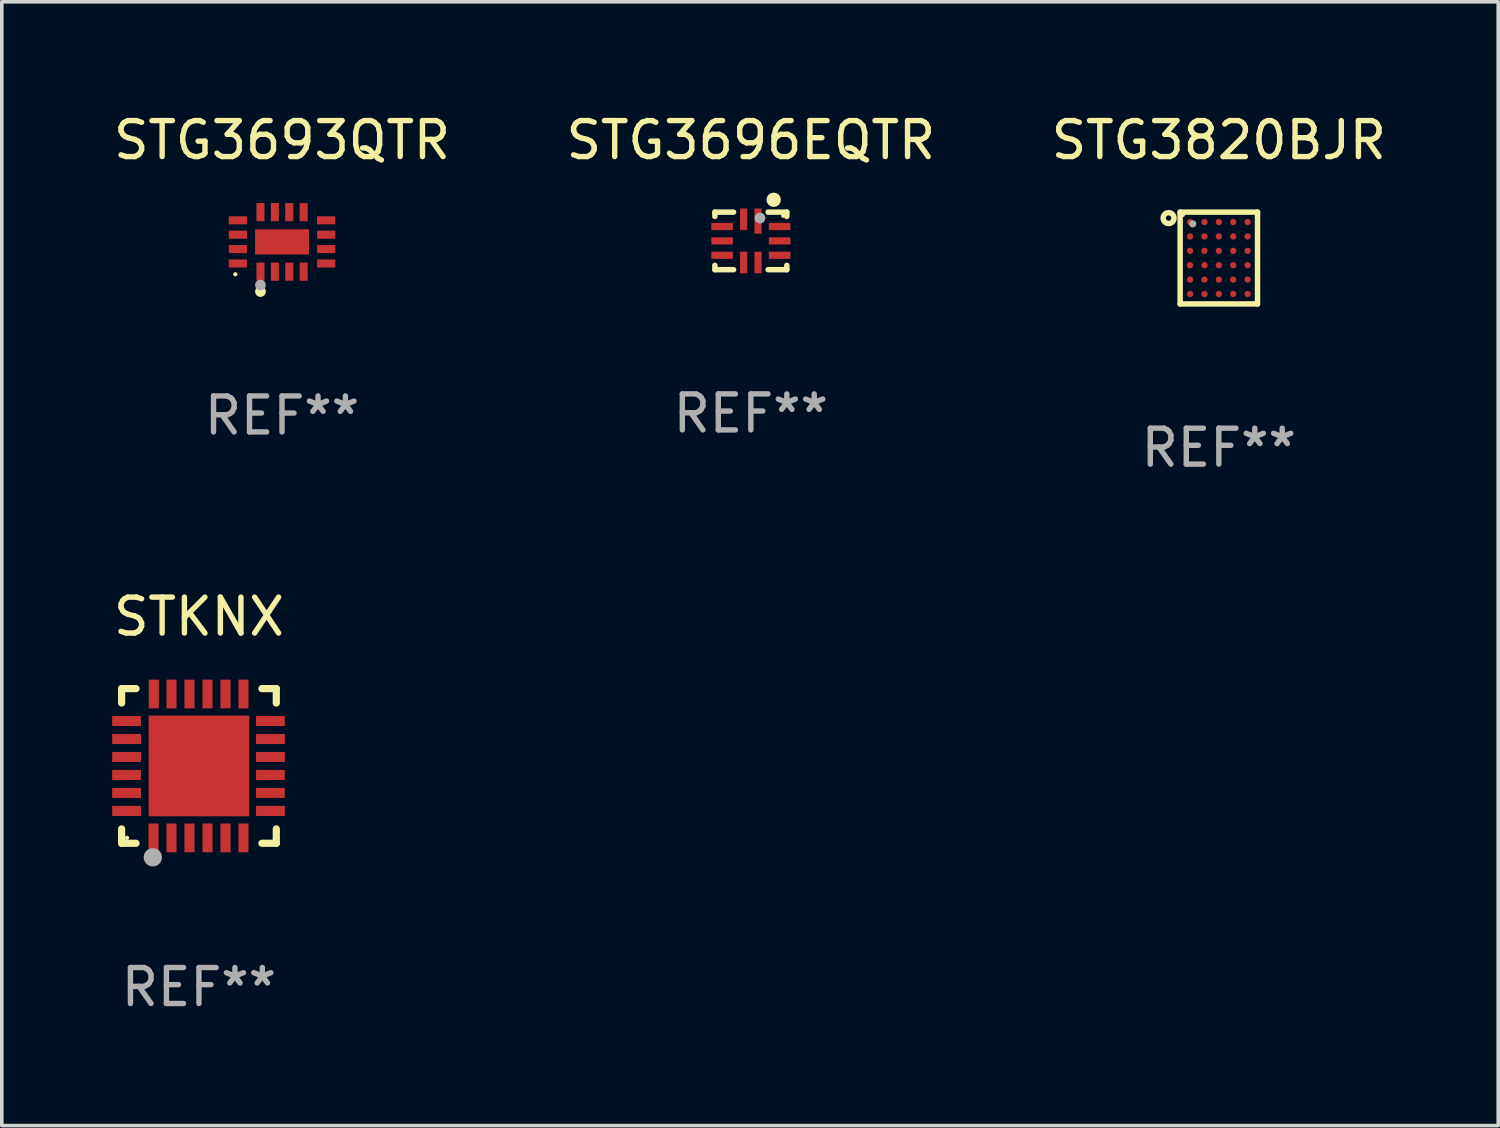
<source format=kicad_pcb>
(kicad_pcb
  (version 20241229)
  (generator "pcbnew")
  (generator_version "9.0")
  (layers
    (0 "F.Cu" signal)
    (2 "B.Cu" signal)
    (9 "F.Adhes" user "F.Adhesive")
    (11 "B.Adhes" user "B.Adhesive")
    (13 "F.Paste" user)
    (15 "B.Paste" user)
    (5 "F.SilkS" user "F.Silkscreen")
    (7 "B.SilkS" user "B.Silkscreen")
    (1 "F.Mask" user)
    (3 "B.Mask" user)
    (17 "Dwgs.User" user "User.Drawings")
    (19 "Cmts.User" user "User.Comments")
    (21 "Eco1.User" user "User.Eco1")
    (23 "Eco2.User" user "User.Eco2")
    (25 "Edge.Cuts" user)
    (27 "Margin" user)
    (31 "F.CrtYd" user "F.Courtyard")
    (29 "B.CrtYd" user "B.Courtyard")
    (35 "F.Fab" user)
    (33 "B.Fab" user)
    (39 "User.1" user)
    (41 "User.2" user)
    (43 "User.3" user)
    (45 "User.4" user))
  (footprint "STKNX"
    (layer "F.Cu")
    (at 2.482 18.247)
    (property "Reference" "STKNX" (at 0 -4.15 0) (layer "F.SilkS") (effects (font (size 1 1) (thickness 0.15))))
    (attr through_hole)
    (fp_line (start -2.15 -2.15) (end -1.75 -2.15) (stroke (width 0.2) (type solid)) (layer "F.SilkS"))
    (fp_line (start -2.15 -1.75) (end -2.15 -2.15) (stroke (width 0.2) (type solid)) (layer "F.SilkS"))
    (fp_line (start -2.15 2.15) (end -2.15 1.75) (stroke (width 0.2) (type solid)) (layer "F.SilkS"))
    (fp_line (start -1.75 2.15) (end -2.15 2.15) (stroke (width 0.2) (type solid)) (layer "F.SilkS"))
    (fp_line (start 2.15 -2.15) (end 1.75 -2.15) (stroke (width 0.2) (type solid)) (layer "F.SilkS"))
    (fp_line (start 2.15 -1.75) (end 2.15 -2.15) (stroke (width 0.2) (type solid)) (layer "F.SilkS"))
    (fp_line (start 2.15 1.75) (end 2.15 2.15) (stroke (width 0.2) (type solid)) (layer "F.SilkS"))
    (fp_line (start 2.15 2.15) (end 1.75 2.15) (stroke (width 0.2) (type solid)) (layer "F.SilkS"))
    (fp_circle (center -2 2) (end -1.97 2) (stroke (width 0.06) (type solid)) (fill no) (layer "F.SilkS"))
    (fp_circle (center -1.283 2.54) (end -1.156 2.54) (stroke (width 0.254) (type solid)) (fill no) (layer "F.Fab"))
    (fp_text user "REF**" (at 0 6.15 0) (layer "F.Fab") (effects (font (size 1 1) (thickness 0.15))))
    (pad "1" smd rect (at -1.263 2 180) (size 0.28 0.8) (layers "F.Cu" "F.Mask" "F.Paste"))
    (pad "2" smd rect (at -0.763 2 180) (size 0.28 0.8) (layers "F.Cu" "F.Mask" "F.Paste"))
    (pad "3" smd rect (at -0.263 2 180) (size 0.28 0.8) (layers "F.Cu" "F.Mask" "F.Paste"))
    (pad "4" smd rect (at 0.237 2 180) (size 0.28 0.8) (layers "F.Cu" "F.Mask" "F.Paste"))
    (pad "5" smd rect (at 0.737 2 180) (size 0.28 0.8) (layers "F.Cu" "F.Mask" "F.Paste"))
    (pad "6" smd rect (at 1.237 2 180) (size 0.28 0.8) (layers "F.Cu" "F.Mask" "F.Paste"))
    (pad "7" smd rect (at 1.987 1.25 90) (size 0.28 0.8) (layers "F.Cu" "F.Mask" "F.Paste"))
    (pad "8" smd rect (at 1.987 0.75 90) (size 0.28 0.8) (layers "F.Cu" "F.Mask" "F.Paste"))
    (pad "9" smd rect (at 1.987 0.25 90) (size 0.28 0.8) (layers "F.Cu" "F.Mask" "F.Paste"))
    (pad "10" smd rect (at 1.987 -0.25 90) (size 0.28 0.8) (layers "F.Cu" "F.Mask" "F.Paste"))
    (pad "11" smd rect (at 1.987 -0.75 90) (size 0.28 0.8) (layers "F.Cu" "F.Mask" "F.Paste"))
    (pad "12" smd rect (at 1.987 -1.25 90) (size 0.28 0.8) (layers "F.Cu" "F.Mask" "F.Paste"))
    (pad "13" smd rect (at 1.237 -2 180) (size 0.28 0.8) (layers "F.Cu" "F.Mask" "F.Paste"))
    (pad "14" smd rect (at 0.737 -2 180) (size 0.28 0.8) (layers "F.Cu" "F.Mask" "F.Paste"))
    (pad "15" smd rect (at 0.237 -2 180) (size 0.28 0.8) (layers "F.Cu" "F.Mask" "F.Paste"))
    (pad "16" smd rect (at -0.263 -2 180) (size 0.28 0.8) (layers "F.Cu" "F.Mask" "F.Paste"))
    (pad "17" smd rect (at -0.763 -2 180) (size 0.28 0.8) (layers "F.Cu" "F.Mask" "F.Paste"))
    (pad "18" smd rect (at -1.255 -2 180) (size 0.28 0.8) (layers "F.Cu" "F.Mask" "F.Paste"))
    (pad "19" smd rect (at -2.013 -1.25 90) (size 0.28 0.8) (layers "F.Cu" "F.Mask" "F.Paste"))
    (pad "20" smd rect (at -2.013 -0.75 90) (size 0.28 0.8) (layers "F.Cu" "F.Mask" "F.Paste"))
    (pad "21" smd rect (at -2.013 -0.25 90) (size 0.28 0.8) (layers "F.Cu" "F.Mask" "F.Paste"))
    (pad "22" smd rect (at -2.013 0.25 90) (size 0.28 0.8) (layers "F.Cu" "F.Mask" "F.Paste"))
    (pad "23" smd rect (at -2.013 0.75 90) (size 0.28 0.8) (layers "F.Cu" "F.Mask" "F.Paste"))
    (pad "24" smd rect (at -2.013 1.25 90) (size 0.28 0.8) (layers "F.Cu" "F.Mask" "F.Paste"))
    (pad "25" smd rect (at -0.000013 0 90) (size 2.8 2.8) (layers "F.Cu" "F.Mask" "F.Paste")))
  (footprint "STG3696EQTR"
    (layer "F.Cu")
    (at 17.827 3.648)
    (property "Reference" "STG3696EQTR" (at 0 -2.8 0) (layer "F.SilkS") (effects (font (size 1 1) (thickness 0.15))))
    (attr through_hole)
    (fp_line (start -1 -0.8) (end -0.48 -0.8) (stroke (width 0.152) (type solid)) (layer "F.SilkS"))
    (fp_line (start -1 -0.68) (end -1 -0.8) (stroke (width 0.152) (type solid)) (layer "F.SilkS"))
    (fp_line (start -1 0.8) (end -1 0.68) (stroke (width 0.152) (type solid)) (layer "F.SilkS"))
    (fp_line (start -0.48 0.8) (end -1 0.8) (stroke (width 0.152) (type solid)) (layer "F.SilkS"))
    (fp_line (start 0.48 -0.8) (end 1 -0.8) (stroke (width 0.152) (type solid)) (layer "F.SilkS"))
    (fp_line (start 1 -0.8) (end 1 -0.68) (stroke (width 0.152) (type solid)) (layer "F.SilkS"))
    (fp_line (start 1 0.68) (end 1 0.8) (stroke (width 0.152) (type solid)) (layer "F.SilkS"))
    (fp_line (start 1 0.8) (end 0.48 0.8) (stroke (width 0.152) (type solid)) (layer "F.SilkS"))
    (fp_circle (center 0.635 -1.143) (end 0.735 -1.143) (stroke (width 0.2) (type solid)) (fill no) (layer "F.SilkS"))
    (fp_circle (center 0.9 -0.7) (end 0.93 -0.7) (stroke (width 0.06) (type solid)) (fill no) (layer "F.SilkS"))
    (fp_circle (center 0.254 -0.635) (end 0.329 -0.635) (stroke (width 0.15) (type solid)) (fill no) (layer "F.Fab"))
    (fp_text user "REF**" (at 0 4.8 0) (layer "F.Fab") (effects (font (size 1 1) (thickness 0.15))))
    (pad "1" smd rect (at 0.2 -0.55 270) (size 0.7 0.2) (layers "F.Cu" "F.Mask" "F.Paste"))
    (pad "2" smd rect (at -0.2 -0.6 270) (size 0.6 0.2) (layers "F.Cu" "F.Mask" "F.Paste"))
    (pad "3" smd rect (at -0.8 -0.4 270) (size 0.2 0.6) (layers "F.Cu" "F.Mask" "F.Paste"))
    (pad "4" smd rect (at -0.8 0.000076 270) (size 0.2 0.6) (layers "F.Cu" "F.Mask" "F.Paste"))
    (pad "5" smd rect (at -0.8 0.4 270) (size 0.2 0.6) (layers "F.Cu" "F.Mask" "F.Paste"))
    (pad "6" smd rect (at -0.2 0.6 270) (size 0.6 0.2) (layers "F.Cu" "F.Mask" "F.Paste"))
    (pad "7" smd rect (at 0.2 0.6 270) (size 0.6 0.2) (layers "F.Cu" "F.Mask" "F.Paste"))
    (pad "8" smd rect (at 0.8 0.4 270) (size 0.2 0.6) (layers "F.Cu" "F.Mask" "F.Paste"))
    (pad "9" smd rect (at 0.8 0.000076 270) (size 0.2 0.6) (layers "F.Cu" "F.Mask" "F.Paste"))
    (pad "10" smd rect (at 0.8 -0.4 270) (size 0.2 0.6) (layers "F.Cu" "F.Mask" "F.Paste")))
  (footprint "STG3693QTR"
    (layer "F.Cu")
    (at 4.792 3.676)
    (property "Reference" "STG3693QTR" (at 0 -2.828 0) (layer "F.SilkS") (effects (font (size 1 1) (thickness 0.15))))
    (attr through_hole)
    (fp_circle (center -1.3 0.9) (end -1.27 0.9) (stroke (width 0.06) (type solid)) (fill no) (layer "F.SilkS"))
    (fp_circle (center -0.6 1.38) (end -0.525 1.38) (stroke (width 0.15) (type solid)) (fill no) (layer "F.SilkS"))
    (fp_circle (center -0.6 1.2) (end -0.525 1.2) (stroke (width 0.15) (type solid)) (fill no) (layer "F.Fab"))
    (fp_text user "REF**" (at 0 4.828 0) (layer "F.Fab") (effects (font (size 1 1) (thickness 0.15))))
    (pad "1" smd rect (at -0.6 0.828) (size 0.224 0.505) (layers "F.Cu" "F.Mask" "F.Paste"))
    (pad "2" smd rect (at -0.2 0.828) (size 0.224 0.505) (layers "F.Cu" "F.Mask" "F.Paste"))
    (pad "3" smd rect (at 0.2 0.828) (size 0.224 0.505) (layers "F.Cu" "F.Mask" "F.Paste"))
    (pad "4" smd rect (at 0.6 0.828) (size 0.224 0.505) (layers "F.Cu" "F.Mask" "F.Paste"))
    (pad "5" smd rect (at 1.228 0.6) (size 0.505 0.224) (layers "F.Cu" "F.Mask" "F.Paste"))
    (pad "6" smd rect (at 1.228 0.2) (size 0.505 0.224) (layers "F.Cu" "F.Mask" "F.Paste"))
    (pad "7" smd rect (at 1.228 -0.2) (size 0.505 0.224) (layers "F.Cu" "F.Mask" "F.Paste"))
    (pad "8" smd rect (at 1.228 -0.6) (size 0.505 0.224) (layers "F.Cu" "F.Mask" "F.Paste"))
    (pad "9" smd rect (at 0.6 -0.828) (size 0.224 0.505) (layers "F.Cu" "F.Mask" "F.Paste"))
    (pad "10" smd rect (at 0.2 -0.828) (size 0.224 0.505) (layers "F.Cu" "F.Mask" "F.Paste"))
    (pad "11" smd rect (at -0.2 -0.828) (size 0.224 0.505) (layers "F.Cu" "F.Mask" "F.Paste"))
    (pad "12" smd rect (at -0.6 -0.828) (size 0.224 0.505) (layers "F.Cu" "F.Mask" "F.Paste"))
    (pad "13" smd rect (at -1.228 -0.6) (size 0.505 0.224) (layers "F.Cu" "F.Mask" "F.Paste"))
    (pad "14" smd rect (at -1.228 -0.2) (size 0.505 0.224) (layers "F.Cu" "F.Mask" "F.Paste"))
    (pad "15" smd rect (at -1.228 0.2) (size 0.505 0.224) (layers "F.Cu" "F.Mask" "F.Paste"))
    (pad "16" smd rect (at -1.228 0.6) (size 0.505 0.224) (layers "F.Cu" "F.Mask" "F.Paste"))
    (pad "17" smd rect (at 0 0) (size 1.5 0.7) (layers "F.Cu" "F.Mask" "F.Paste")))
  (footprint "STG3820BJR"
    (layer "F.Cu")
    (at 30.839 4.124)
    (property "Reference" "STG3820BJR" (at 0 -3.276 0) (layer "F.SilkS") (effects (font (size 1 1) (thickness 0.15))))
    (attr through_hole)
    (fp_line (start -1.076 -1.276) (end -1.076 1.276) (stroke (width 0.152) (type solid)) (layer "F.SilkS"))
    (fp_line (start -1.076 1.276) (end 1.076 1.276) (stroke (width 0.152) (type solid)) (layer "F.SilkS"))
    (fp_line (start 1.076 -1.276) (end -1.076 -1.276) (stroke (width 0.152) (type solid)) (layer "F.SilkS"))
    (fp_line (start 1.076 1.276) (end 1.076 -1.276) (stroke (width 0.152) (type solid)) (layer "F.SilkS"))
    (fp_circle (center -1.397 -1.11) (end -1.322 -1.11) (stroke (width 0.152) (type solid)) (fill no) (layer "F.SilkS"))
    (fp_circle (center -1 -1.2) (end -0.97 -1.2) (stroke (width 0.06) (type solid)) (fill no) (layer "F.SilkS"))
    (fp_circle (center -0.725 -0.95) (end -0.675 -0.95) (stroke (width 0.1) (type solid)) (fill no) (layer "F.Fab"))
    (fp_text user "REF**" (at 0 5.276 0) (layer "F.Fab") (effects (font (size 1 1) (thickness 0.15))))
    (pad "A1" smd circle (at -0.8 -1) (size 0.176 0.176) (layers "F.Cu" "F.Mask" "F.Paste"))
    (pad "A2" smd circle (at -0.8 -0.6) (size 0.176 0.176) (layers "F.Cu" "F.Mask" "F.Paste"))
    (pad "A3" smd circle (at -0.8 -0.2) (size 0.176 0.176) (layers "F.Cu" "F.Mask" "F.Paste"))
    (pad "A4" smd circle (at -0.8 0.2) (size 0.176 0.176) (layers "F.Cu" "F.Mask" "F.Paste"))
    (pad "A5" smd circle (at -0.8 0.6) (size 0.176 0.176) (layers "F.Cu" "F.Mask" "F.Paste"))
    (pad "A6" smd circle (at -0.8 1) (size 0.176 0.176) (layers "F.Cu" "F.Mask" "F.Paste"))
    (pad "B1" smd circle (at -0.4 -1) (size 0.176 0.176) (layers "F.Cu" "F.Mask" "F.Paste"))
    (pad "B2" smd circle (at -0.4 -0.6) (size 0.176 0.176) (layers "F.Cu" "F.Mask" "F.Paste"))
    (pad "B3" smd circle (at -0.4 -0.2) (size 0.176 0.176) (layers "F.Cu" "F.Mask" "F.Paste"))
    (pad "B4" smd circle (at -0.4 0.2) (size 0.176 0.176) (layers "F.Cu" "F.Mask" "F.Paste"))
    (pad "B5" smd circle (at -0.4 0.6) (size 0.176 0.176) (layers "F.Cu" "F.Mask" "F.Paste"))
    (pad "B6" smd circle (at -0.4 1) (size 0.176 0.176) (layers "F.Cu" "F.Mask" "F.Paste"))
    (pad "C1" smd circle (at 0 -1) (size 0.176 0.176) (layers "F.Cu" "F.Mask" "F.Paste"))
    (pad "C2" smd circle (at 0 -0.6) (size 0.176 0.176) (layers "F.Cu" "F.Mask" "F.Paste"))
    (pad "C3" smd circle (at 0 -0.2) (size 0.176 0.176) (layers "F.Cu" "F.Mask" "F.Paste"))
    (pad "C4" smd circle (at 0 0.2) (size 0.176 0.176) (layers "F.Cu" "F.Mask" "F.Paste"))
    (pad "C5" smd circle (at 0 0.6) (size 0.176 0.176) (layers "F.Cu" "F.Mask" "F.Paste"))
    (pad "C6" smd circle (at 0 1) (size 0.176 0.176) (layers "F.Cu" "F.Mask" "F.Paste"))
    (pad "D1" smd circle (at 0.4 -1) (size 0.176 0.176) (layers "F.Cu" "F.Mask" "F.Paste"))
    (pad "D2" smd circle (at 0.4 -0.6) (size 0.176 0.176) (layers "F.Cu" "F.Mask" "F.Paste"))
    (pad "D3" smd circle (at 0.4 -0.2) (size 0.176 0.176) (layers "F.Cu" "F.Mask" "F.Paste"))
    (pad "D4" smd circle (at 0.4 0.2) (size 0.176 0.176) (layers "F.Cu" "F.Mask" "F.Paste"))
    (pad "D5" smd circle (at 0.4 0.6) (size 0.176 0.176) (layers "F.Cu" "F.Mask" "F.Paste"))
    (pad "D6" smd circle (at 0.4 1) (size 0.176 0.176) (layers "F.Cu" "F.Mask" "F.Paste"))
    (pad "E1" smd circle (at 0.8 -1) (size 0.176 0.176) (layers "F.Cu" "F.Mask" "F.Paste"))
    (pad "E2" smd circle (at 0.8 -0.6) (size 0.176 0.176) (layers "F.Cu" "F.Mask" "F.Paste"))
    (pad "E3" smd circle (at 0.8 -0.2) (size 0.176 0.176) (layers "F.Cu" "F.Mask" "F.Paste"))
    (pad "E4" smd circle (at 0.8 0.2) (size 0.176 0.176) (layers "F.Cu" "F.Mask" "F.Paste"))
    (pad "E5" smd circle (at 0.8 0.6) (size 0.176 0.176) (layers "F.Cu" "F.Mask" "F.Paste"))
    (pad "E6" smd circle (at 0.8 1) (size 0.176 0.176) (layers "F.Cu" "F.Mask" "F.Paste")))
  (gr_rect
    (start -3 -3)
    (end 38.607 28.246)
    (stroke (width 0.1) (type default))
    (fill no)
    (layer "Edge.Cuts")))
</source>
